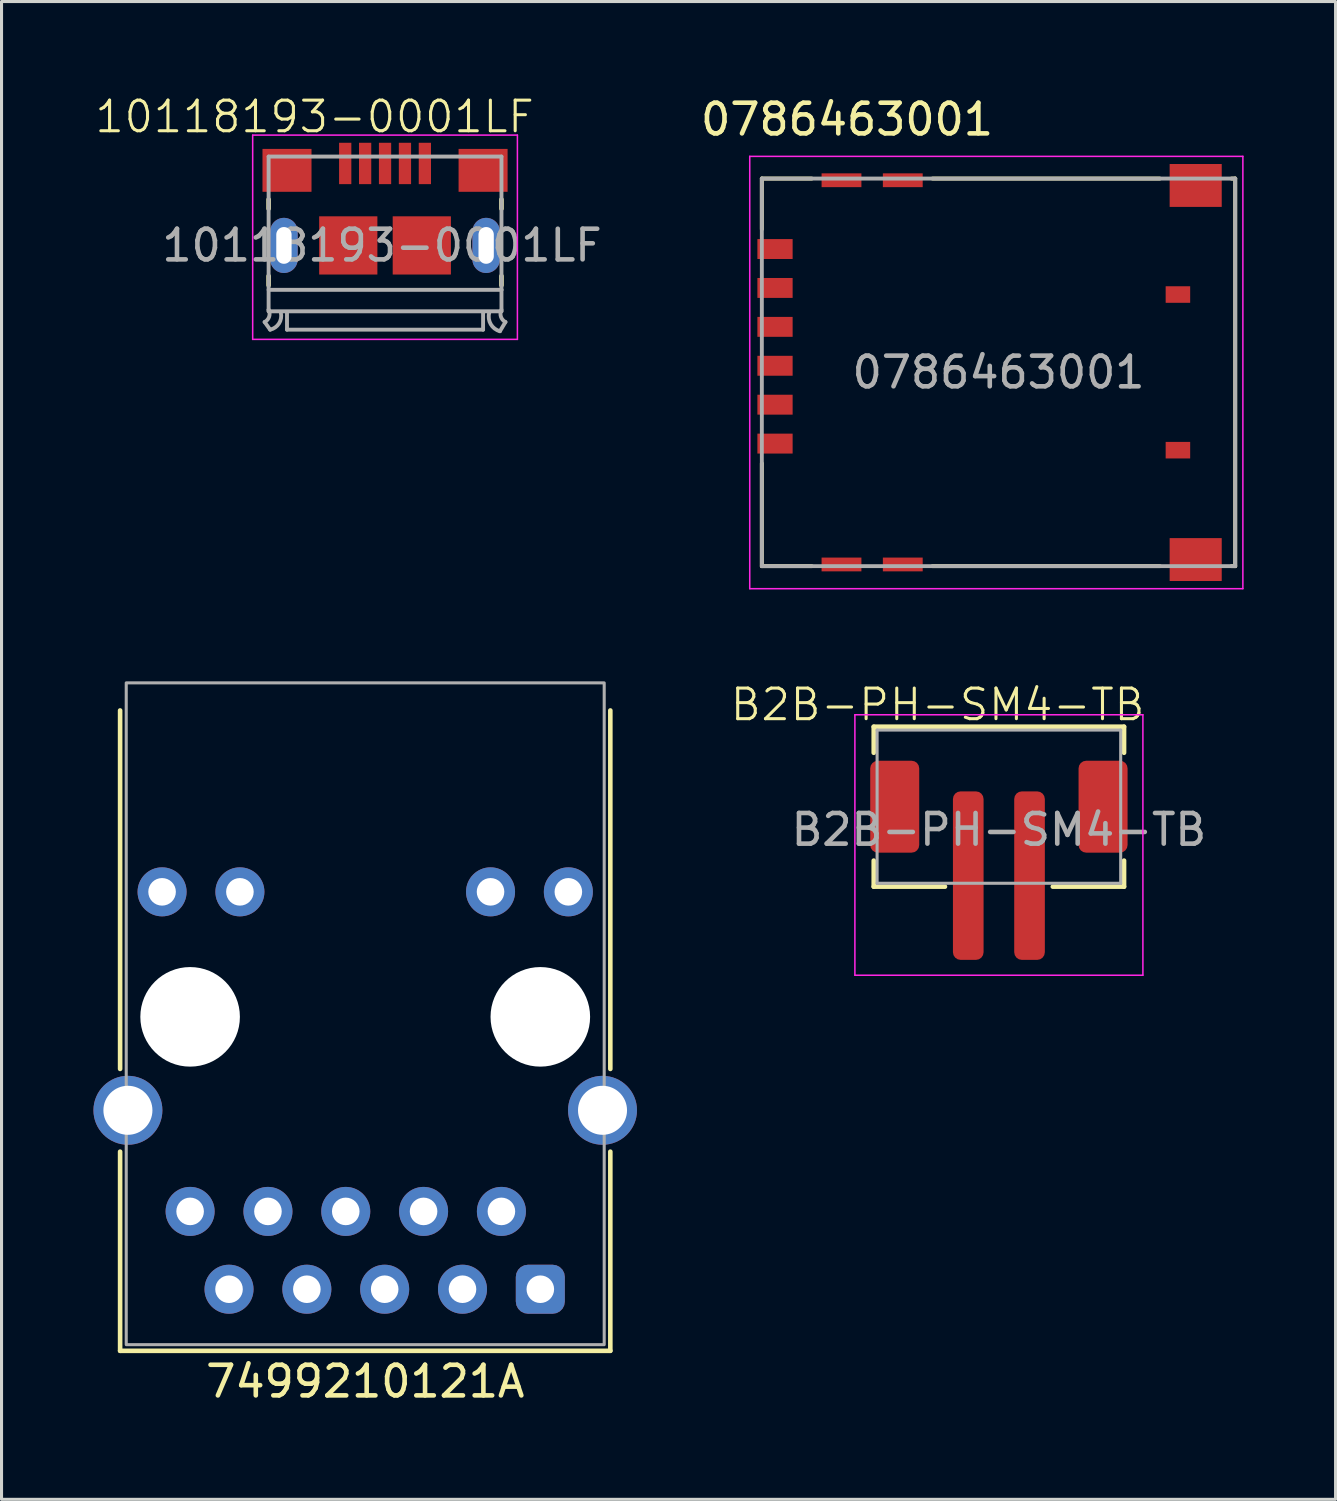
<source format=kicad_pcb>
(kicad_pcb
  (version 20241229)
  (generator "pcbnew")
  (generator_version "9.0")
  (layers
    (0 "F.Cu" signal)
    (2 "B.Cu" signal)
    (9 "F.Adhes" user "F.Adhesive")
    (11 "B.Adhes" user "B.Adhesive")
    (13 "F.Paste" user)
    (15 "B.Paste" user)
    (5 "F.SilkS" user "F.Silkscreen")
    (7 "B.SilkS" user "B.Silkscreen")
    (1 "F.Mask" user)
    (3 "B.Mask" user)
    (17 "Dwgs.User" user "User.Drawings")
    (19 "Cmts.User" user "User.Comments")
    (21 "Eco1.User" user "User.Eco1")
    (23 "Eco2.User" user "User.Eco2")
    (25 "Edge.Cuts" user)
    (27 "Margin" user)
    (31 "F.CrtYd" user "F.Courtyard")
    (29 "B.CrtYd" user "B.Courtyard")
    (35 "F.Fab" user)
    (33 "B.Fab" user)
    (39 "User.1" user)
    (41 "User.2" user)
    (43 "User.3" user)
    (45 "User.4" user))
  (footprint "B2B-PH-SM4-TB"
    (layer "F.Cu")
    (at 29.552 25.029)
    (property "Reference" "B2B-PH-SM4-TB" (at -2 -5.08 0) (unlocked yes) (layer "F.SilkS") (effects (font (size 1 1) (thickness 0.1))))
    (attr smd)
    (fp_line (start -4.085 -4.36) (end 4.085 -4.36) (stroke (width 0.15) (type solid)) (layer "F.SilkS"))
    (fp_line (start -4.085 -3.51) (end -4.085 -4.36) (stroke (width 0.15) (type solid)) (layer "F.SilkS"))
    (fp_line (start -4.085 0.01) (end -4.085 0.86) (stroke (width 0.15) (type solid)) (layer "F.SilkS"))
    (fp_line (start -4.085 0.86) (end -1.76 0.86) (stroke (width 0.15) (type solid)) (layer "F.SilkS"))
    (fp_line (start 4.085 -4.36) (end 4.085 -3.51) (stroke (width 0.15) (type solid)) (layer "F.SilkS"))
    (fp_line (start 4.085 0.01) (end 4.085 0.86) (stroke (width 0.15) (type solid)) (layer "F.SilkS"))
    (fp_line (start 4.085 0.86) (end 1.76 0.86) (stroke (width 0.15) (type solid)) (layer "F.SilkS"))
    (fp_line (start -4.7 -4.75) (end -4.7 3.75) (stroke (width 0.05) (type solid)) (layer "F.CrtYd"))
    (fp_line (start -4.7 3.75) (end 4.7 3.75) (stroke (width 0.05) (type solid)) (layer "F.CrtYd"))
    (fp_line (start 4.7 -4.75) (end -4.7 -4.75) (stroke (width 0.05) (type solid)) (layer "F.CrtYd"))
    (fp_line (start 4.7 3.75) (end 4.7 -4.75) (stroke (width 0.05) (type solid)) (layer "F.CrtYd"))
    (fp_line (start -3.975 -4.25) (end 3.975 -4.25) (stroke (width 0.1) (type solid)) (layer "F.Fab"))
    (fp_line (start -3.975 0.75) (end -3.975 -4.25) (stroke (width 0.1) (type solid)) (layer "F.Fab"))
    (fp_line (start -3.975 0.75) (end 3.975 0.75) (stroke (width 0.1) (type solid)) (layer "F.Fab"))
    (fp_line (start 3.975 0.75) (end 3.975 -4.25) (stroke (width 0.1) (type solid)) (layer "F.Fab"))
    (fp_text user "${REFERENCE}" (at 0 -1 0) (layer "F.Fab") (effects (font (size 1 1) (thickness 0.15))))
    (pad "1" smd roundrect (at -1 0.5) (size 1 5.5) (layers "F.Cu" "F.Mask" "F.Paste") (roundrect_rratio 0.25))
    (pad "2" smd roundrect (at 1 0.5) (size 1 5.5) (layers "F.Cu" "F.Mask" "F.Paste") (roundrect_rratio 0.25))
    (pad "S" smd roundrect (at -3.4 -1.75) (size 1.6 3) (layers "F.Cu" "F.Mask" "F.Paste") (roundrect_rratio 0.156))
    (pad "S" smd roundrect (at 3.4 -1.75) (size 1.6 3) (layers "F.Cu" "F.Mask" "F.Paste") (roundrect_rratio 0.156)))
  (footprint "7499210121A"
    (layer "F.Cu")
    (at 8.87 30.138)
    (property "Reference" "7499210121A" (at 0 11.9 0) (unlocked yes) (layer "F.SilkS") (effects (font (size 1 1) (thickness 0.15))))
    (attr through_hole)
    (fp_line (start -8 -10) (end -8 1.7) (stroke (width 0.15) (type solid)) (layer "F.SilkS"))
    (fp_line (start -8 10.9) (end -8 4.4) (stroke (width 0.15) (type solid)) (layer "F.SilkS"))
    (fp_line (start 8 -10) (end 8 1.7) (stroke (width 0.15) (type solid)) (layer "F.SilkS"))
    (fp_line (start 8 10.9) (end -8 10.9) (stroke (width 0.15) (type solid)) (layer "F.SilkS"))
    (fp_line (start 8 10.9) (end 8 4.4) (stroke (width 0.15) (type solid)) (layer "F.SilkS"))
    (fp_rect (start -7.8 10.7) (end 7.8 -10.9) (stroke (width 0.1) (type solid)) (fill no) (layer "F.Fab"))
    (pad "" np_thru_hole circle (at -5.715 0) (size 3.25 3.25) (drill 3.25) (layers "*.Cu" "*.Mask"))
    (pad "" np_thru_hole circle (at 5.715 0) (size 3.25 3.25) (drill 3.25) (layers "*.Cu" "*.Mask"))
    (pad "1" thru_hole roundrect (at 5.715 8.89) (size 1.6 1.6) (drill 0.9) (layers "*.Cu" "*.Mask") (roundrect_rratio 0.25))
    (pad "2" thru_hole circle (at 4.445 6.35) (size 1.6 1.6) (drill 0.9) (layers "*.Cu" "*.Mask"))
    (pad "3" thru_hole circle (at 3.175 8.89) (size 1.6 1.6) (drill 0.9) (layers "*.Cu" "*.Mask"))
    (pad "4" thru_hole circle (at 1.905 6.35) (size 1.6 1.6) (drill 0.9) (layers "*.Cu" "*.Mask"))
    (pad "5" thru_hole circle (at 0.635 8.89) (size 1.6 1.6) (drill 0.9) (layers "*.Cu" "*.Mask"))
    (pad "6" thru_hole circle (at -0.635 6.35) (size 1.6 1.6) (drill 0.9) (layers "*.Cu" "*.Mask"))
    (pad "7" thru_hole circle (at -1.905 8.89) (size 1.6 1.6) (drill 0.9) (layers "*.Cu" "*.Mask"))
    (pad "8" thru_hole circle (at -3.175 6.35) (size 1.6 1.6) (drill 0.9) (layers "*.Cu" "*.Mask"))
    (pad "9" thru_hole circle (at -4.445 8.89) (size 1.6 1.6) (drill 0.9) (layers "*.Cu" "*.Mask"))
    (pad "10" thru_hole circle (at -5.715 6.35) (size 1.6 1.6) (drill 0.9) (layers "*.Cu" "*.Mask"))
    (pad "11" thru_hole circle (at 6.63 -4.08) (size 1.6 1.6) (drill 0.9) (layers "*.Cu" "*.Mask"))
    (pad "12" thru_hole circle (at 4.09 -4.08) (size 1.6 1.6) (drill 0.9) (layers "*.Cu" "*.Mask"))
    (pad "13" thru_hole circle (at -4.09 -4.08) (size 1.6 1.6) (drill 0.9) (layers "*.Cu" "*.Mask"))
    (pad "14" thru_hole circle (at -6.63 -4.08) (size 1.6 1.6) (drill 0.9) (layers "*.Cu" "*.Mask"))
    (pad "15" thru_hole circle (at -7.745 3.05) (size 2.25 2.25) (drill 1.6) (layers "*.Cu" "*.Mask"))
    (pad "15" thru_hole circle (at 7.745 3.05) (size 2.25 2.25) (drill 1.6) (layers "*.Cu" "*.Mask")))
  (footprint "10118193-0001LF"
    (layer "F.Cu")
    (at 9.517 4.96)
    (property "Reference" "10118193-0001LF" (at -2.3 -4.2 0) (unlocked yes) (layer "F.SilkS") (effects (font (size 1 1) (thickness 0.1))))
    (attr through_hole)
    (fp_line (start -3.8 -1.2) (end -3.8 -1.5) (stroke (width 0.15) (type solid)) (layer "F.SilkS"))
    (fp_line (start -3.8 1.3) (end -3.8 1) (stroke (width 0.15) (type solid)) (layer "F.SilkS"))
    (fp_line (start 3.8 -1.2) (end 3.8 -1.5) (stroke (width 0.15) (type solid)) (layer "F.SilkS"))
    (fp_line (start 3.8 1.3) (end 3.8 1) (stroke (width 0.15) (type solid)) (layer "F.SilkS"))
    (fp_line (start -4.32 -3.6) (end -4.32 3.066) (stroke (width 0.05) (type solid)) (layer "F.CrtYd"))
    (fp_line (start -4.32 3.066) (end 4.32 3.066) (stroke (width 0.05) (type solid)) (layer "F.CrtYd"))
    (fp_line (start 4.32 -3.6) (end -4.32 -3.6) (stroke (width 0.05) (type solid)) (layer "F.CrtYd"))
    (fp_line (start 4.32 3.066) (end 4.32 -3.6) (stroke (width 0.05) (type solid)) (layer "F.CrtYd"))
    (fp_line (start -3.93 2.5) (end -3.75 2.75) (stroke (width 0.127) (type solid)) (layer "F.Fab"))
    (fp_line (start -3.8 -2.9) (end 3.8 -2.9) (stroke (width 0.127) (type solid)) (layer "F.Fab"))
    (fp_line (start -3.8 1.45) (end 3.8 1.45) (stroke (width 0.127) (type solid)) (layer "F.Fab"))
    (fp_line (start -3.8 2.1) (end -3.8 -2.9) (stroke (width 0.127) (type solid)) (layer "F.Fab"))
    (fp_line (start -3.8 2.15) (end -3.8 2.1) (stroke (width 0.127) (type solid)) (layer "F.Fab"))
    (fp_line (start -3.2 2.2) (end -3.2 2.75) (stroke (width 0.127) (type solid)) (layer "F.Fab"))
    (fp_line (start -3.2 2.75) (end 3.2 2.75) (stroke (width 0.127) (type solid)) (layer "F.Fab"))
    (fp_line (start 3.2 2.75) (end 3.2 2.2) (stroke (width 0.127) (type solid)) (layer "F.Fab"))
    (fp_line (start 3.8 -2.9) (end 3.8 1.45) (stroke (width 0.127) (type solid)) (layer "F.Fab"))
    (fp_line (start 3.8 1.45) (end 3.8 2.15) (stroke (width 0.127) (type solid)) (layer "F.Fab"))
    (fp_line (start 3.8 2.15) (end -3.8 2.15) (stroke (width 0.127) (type solid)) (layer "F.Fab"))
    (fp_line (start 3.93 2.5) (end 3.75 2.8) (stroke (width 0.127) (type solid)) (layer "F.Fab"))
    (fp_arc (start -3.8 2.1) (mid -3.782157 2.326924) (end -3.93 2.5) (stroke (width 0.127) (type solid)) (layer "F.Fab"))
    (fp_arc (start -3.4 2.2) (mid -3.461091 2.547487) (end -3.75 2.75) (stroke (width 0.127) (type solid)) (layer "F.Fab"))
    (fp_arc (start 3.75 2.8) (mid 3.450736 2.572487) (end 3.4 2.2) (stroke (width 0.127) (type solid)) (layer "F.Fab"))
    (fp_arc (start 3.93 2.5) (mid 3.782157 2.326924) (end 3.8 2.1) (stroke (width 0.127) (type solid)) (layer "F.Fab"))
    (fp_text user "${REFERENCE}" (at -0.1 0 0) (unlocked yes) (layer "F.Fab") (effects (font (size 1 1) (thickness 0.15))))
    (pad "1" smd rect (at -1.3 -2.675) (size 0.4 1.35) (layers "F.Cu" "F.Mask" "F.Paste"))
    (pad "2" smd rect (at -0.65 -2.675) (size 0.4 1.35) (layers "F.Cu" "F.Mask" "F.Paste"))
    (pad "3" smd rect (at 0 -2.675) (size 0.4 1.35) (layers "F.Cu" "F.Mask" "F.Paste"))
    (pad "4" smd rect (at 0.65 -2.675) (size 0.4 1.35) (layers "F.Cu" "F.Mask" "F.Paste"))
    (pad "5" smd rect (at 1.3 -2.675) (size 0.4 1.35) (layers "F.Cu" "F.Mask" "F.Paste"))
    (pad "S" thru_hole oval (at -3.3 0) (size 0.9 1.8) (drill oval 0.5 1.2) (layers "*.Cu" "*.Mask"))
    (pad "S" smd rect (at -3.2 -2.45) (size 1.6 1.4) (layers "F.Cu" "F.Mask" "F.Paste"))
    (pad "S" smd rect (at -1.2 0) (size 1.9 1.9) (layers "F.Cu" "F.Mask" "F.Paste"))
    (pad "S" smd rect (at 1.2 0) (size 1.9 1.9) (layers "F.Cu" "F.Mask" "F.Paste"))
    (pad "S" smd rect (at 3.2 -2.45) (size 1.6 1.4) (layers "F.Cu" "F.Mask" "F.Paste"))
    (pad "S" thru_hole oval (at 3.3 0) (size 0.9 1.8) (drill oval 0.5 1.2) (layers "*.Cu" "*.Mask")))
  (footprint "0786463001"
    (layer "F.Cu")
    (at 29.54 9.103)
    (property "Reference" "0786463001" (at -4.945 -8.255 0) (layer "F.SilkS") (effects (font (size 1 1) (thickness 0.15))))
    (attr smd)
    (fp_line (start -7.725 -6.325) (end -6.095 -6.325) (stroke (width 0.127) (type solid)) (layer "F.SilkS"))
    (fp_line (start -7.725 -4.67) (end -7.725 -6.325) (stroke (width 0.127) (type solid)) (layer "F.SilkS"))
    (fp_line (start -7.725 6.325) (end -7.725 2.97) (stroke (width 0.127) (type solid)) (layer "F.SilkS"))
    (fp_line (start -6.095 6.325) (end -7.725 6.325) (stroke (width 0.127) (type solid)) (layer "F.SilkS"))
    (fp_line (start -2.155 -6.325) (end 5.265 -6.325) (stroke (width 0.127) (type solid)) (layer "F.SilkS"))
    (fp_line (start -2.155 6.325) (end 5.265 6.325) (stroke (width 0.127) (type solid)) (layer "F.SilkS"))
    (fp_line (start 7.725 -6.325) (end 7.605 -6.325) (stroke (width 0.127) (type solid)) (layer "F.SilkS"))
    (fp_line (start 7.725 -6.325) (end 7.725 6.325) (stroke (width 0.127) (type solid)) (layer "F.SilkS"))
    (fp_line (start 7.725 6.325) (end 7.605 6.325) (stroke (width 0.127) (type solid)) (layer "F.SilkS"))
    (fp_line (start -8.12 -7.05) (end -8.12 7.06) (stroke (width 0.05) (type solid)) (layer "F.CrtYd"))
    (fp_line (start -8.12 7.06) (end 7.975 7.06) (stroke (width 0.05) (type solid)) (layer "F.CrtYd"))
    (fp_line (start 7.975 -7.05) (end -8.12 -7.05) (stroke (width 0.05) (type solid)) (layer "F.CrtYd"))
    (fp_line (start 7.975 7.06) (end 7.975 -7.05) (stroke (width 0.05) (type solid)) (layer "F.CrtYd"))
    (fp_line (start -7.725 -6.325) (end 7.725 -6.325) (stroke (width 0.127) (type solid)) (layer "F.Fab"))
    (fp_line (start -7.725 6.325) (end -7.725 -6.325) (stroke (width 0.127) (type solid)) (layer "F.Fab"))
    (fp_line (start 7.725 -6.325) (end 7.725 6.325) (stroke (width 0.127) (type solid)) (layer "F.Fab"))
    (fp_line (start 7.725 6.325) (end -7.725 6.325) (stroke (width 0.127) (type solid)) (layer "F.Fab"))
    (fp_text user "${REFERENCE}" (at 0 0 0) (unlocked yes) (layer "F.Fab") (effects (font (size 1 1) (thickness 0.15))))
    (pad "C1" smd rect (at -7.295 -2.755) (size 1.15 0.65) (layers "F.Cu" "F.Mask" "F.Paste"))
    (pad "C2" smd rect (at -7.295 -0.215) (size 1.15 0.65) (layers "F.Cu" "F.Mask" "F.Paste"))
    (pad "C3" smd rect (at -7.295 2.325) (size 1.15 0.65) (layers "F.Cu" "F.Mask" "F.Paste"))
    (pad "C5" smd rect (at -7.295 -4.025) (size 1.15 0.65) (layers "F.Cu" "F.Mask" "F.Paste"))
    (pad "C6" smd rect (at -7.295 -1.485) (size 1.15 0.65) (layers "F.Cu" "F.Mask" "F.Paste"))
    (pad "C7" smd rect (at -7.295 1.055) (size 1.15 0.65) (layers "F.Cu" "F.Mask" "F.Paste"))
    (pad "S" smd rect (at -5.125 -6.27) (size 1.3 0.45) (layers "F.Cu" "F.Mask" "F.Paste"))
    (pad "S" smd rect (at -5.125 6.27) (size 1.3 0.45) (layers "F.Cu" "F.Mask" "F.Paste"))
    (pad "S" smd rect (at -3.125 -6.27) (size 1.3 0.45) (layers "F.Cu" "F.Mask" "F.Paste"))
    (pad "S" smd rect (at -3.125 6.27) (size 1.3 0.45) (layers "F.Cu" "F.Mask" "F.Paste"))
    (pad "S" smd rect (at 6.435 -6.1) (size 1.7 1.4) (layers "F.Cu" "F.Mask" "F.Paste"))
    (pad "S" smd rect (at 6.435 6.11) (size 1.7 1.4) (layers "F.Cu" "F.Mask" "F.Paste"))
    (pad "X1" smd rect (at 5.855 -2.54) (size 0.8 0.54) (layers "F.Cu" "F.Mask" "F.Paste"))
    (pad "X2" smd rect (at 5.855 2.54) (size 0.8 0.54) (layers "F.Cu" "F.Mask" "F.Paste")))
  (gr_rect
    (start -3 -3)
    (end 40.54 45.886)
    (stroke (width 0.1) (type default))
    (fill no)
    (layer "Edge.Cuts")))
</source>
